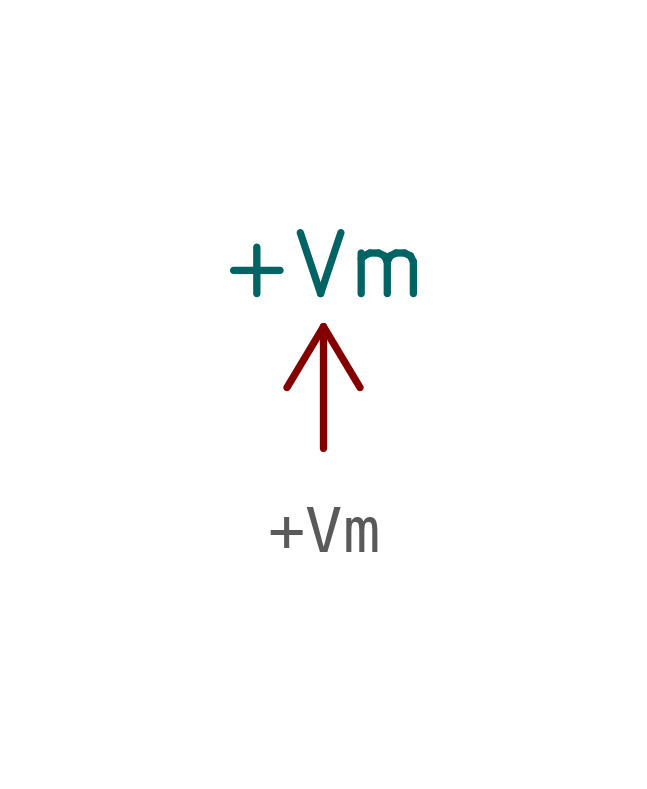
<source format=kicad_sym>
(kicad_symbol_lib
  (version 20211014)
  (generator kicad_symbol_editor)
  (symbol "+Vm"
    (power)
    (pin_names
      (offset 0))
    (property "Reference" "#PWR"
      (at -5.08 -3.81 0)
      (effects (font (size 1.27 1.27)) hide))
    (property "Value" "+Vm"
      (at 0 3.81 0)
      (effects (font (size 1.27 1.27))))
    (symbol "+Vm_0_1"
      (polyline (pts (xy -0.762 1.27) (xy 0 2.54)) (stroke (width 0) (type default) (color 0 0 0 0)) (fill (type none)))
      (polyline (pts (xy 0 0) (xy 0 2.54)) (stroke (width 0) (type default) (color 0 0 0 0)) (fill (type none)))
      (polyline (pts (xy 0 2.54) (xy 0.762 1.27)) (stroke (width 0) (type default) (color 0 0 0 0)) (fill (type none))))
    (symbol "+Vm_1_1"
      (pin power_in line (at 0 0 90) (length 0) hide (name "Vdrive" (effects (font (size 1.27 1.27)))) (number "1" (effects (font (size 1.27 1.27))))))))
</source>
